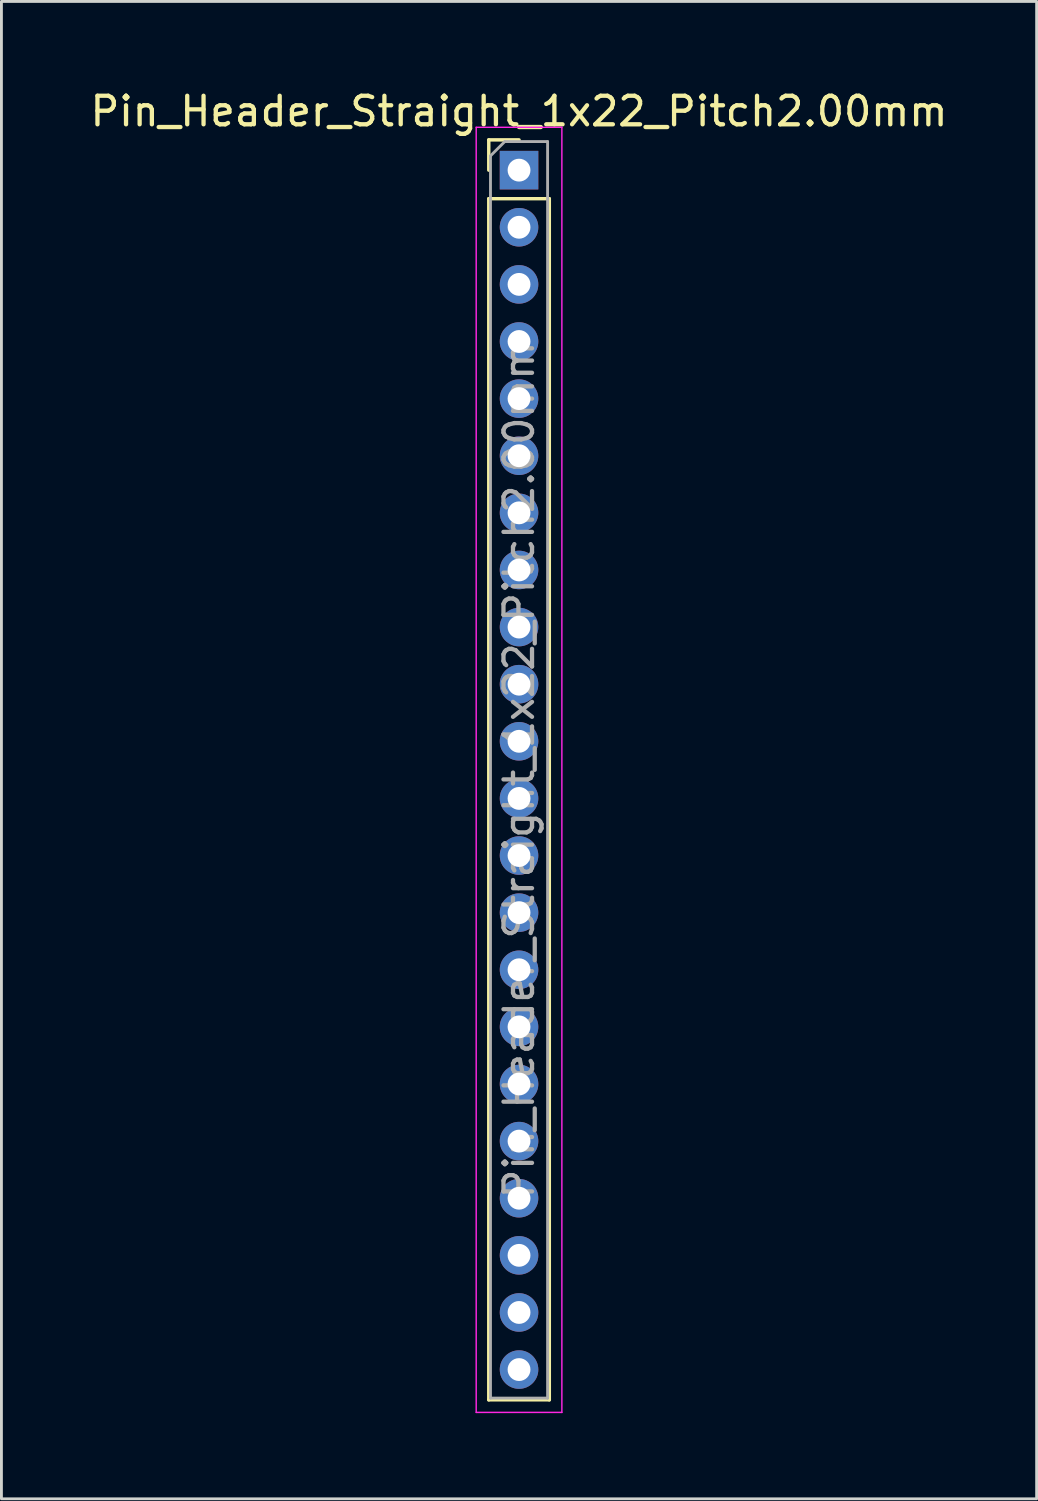
<source format=kicad_pcb>
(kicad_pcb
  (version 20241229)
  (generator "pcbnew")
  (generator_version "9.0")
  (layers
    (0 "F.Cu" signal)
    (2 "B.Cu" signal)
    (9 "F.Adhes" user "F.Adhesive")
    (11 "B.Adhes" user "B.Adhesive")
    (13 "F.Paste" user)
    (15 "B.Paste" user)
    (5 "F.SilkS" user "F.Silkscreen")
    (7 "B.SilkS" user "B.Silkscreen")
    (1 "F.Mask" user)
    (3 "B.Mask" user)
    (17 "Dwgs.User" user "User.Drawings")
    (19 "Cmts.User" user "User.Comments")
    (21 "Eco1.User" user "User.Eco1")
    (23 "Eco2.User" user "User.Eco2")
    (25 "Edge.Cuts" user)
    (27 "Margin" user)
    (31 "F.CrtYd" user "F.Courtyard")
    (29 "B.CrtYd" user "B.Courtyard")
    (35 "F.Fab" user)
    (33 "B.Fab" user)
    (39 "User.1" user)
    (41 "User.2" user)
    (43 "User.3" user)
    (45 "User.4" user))
  (footprint "Pin_Header_Straight_1x22_Pitch2.00mm"
    (layer "F.Cu")
    (at 15.125 2.908)
    (property "Reference" "Pin_Header_Straight_1x22_Pitch2.00mm" (at 0 -2.06 0) (layer "F.SilkS") (effects (font (size 1 1) (thickness 0.15))))
    (attr through_hole)
    (fp_line (start -1.06 -1.06) (end 0 -1.06) (stroke (width 0.12) (type solid)) (layer "F.SilkS"))
    (fp_line (start -1.06 0) (end -1.06 -1.06) (stroke (width 0.12) (type solid)) (layer "F.SilkS"))
    (fp_line (start -1.06 1) (end -1.06 43.06) (stroke (width 0.12) (type solid)) (layer "F.SilkS"))
    (fp_line (start -1.06 1) (end 1.06 1) (stroke (width 0.12) (type solid)) (layer "F.SilkS"))
    (fp_line (start -1.06 43.06) (end 1.06 43.06) (stroke (width 0.12) (type solid)) (layer "F.SilkS"))
    (fp_line (start 1.06 1) (end 1.06 43.06) (stroke (width 0.12) (type solid)) (layer "F.SilkS"))
    (fp_line (start -1.5 -1.5) (end -1.5 43.5) (stroke (width 0.05) (type solid)) (layer "F.CrtYd"))
    (fp_line (start -1.5 43.5) (end 1.5 43.5) (stroke (width 0.05) (type solid)) (layer "F.CrtYd"))
    (fp_line (start 1.5 -1.5) (end -1.5 -1.5) (stroke (width 0.05) (type solid)) (layer "F.CrtYd"))
    (fp_line (start 1.5 43.5) (end 1.5 -1.5) (stroke (width 0.05) (type solid)) (layer "F.CrtYd"))
    (fp_line (start -1 -0.5) (end -0.5 -1) (stroke (width 0.1) (type solid)) (layer "F.Fab"))
    (fp_line (start -1 43) (end -1 -0.5) (stroke (width 0.1) (type solid)) (layer "F.Fab"))
    (fp_line (start -0.5 -1) (end 1 -1) (stroke (width 0.1) (type solid)) (layer "F.Fab"))
    (fp_line (start 1 -1) (end 1 43) (stroke (width 0.1) (type solid)) (layer "F.Fab"))
    (fp_line (start 1 43) (end -1 43) (stroke (width 0.1) (type solid)) (layer "F.Fab"))
    (fp_text user "${REFERENCE}" (at 0 21 90) (layer "F.Fab") (effects (font (size 1 1) (thickness 0.15))))
    (pad "1" thru_hole rect (at 0 0) (size 1.35 1.35) (drill 0.8) (layers "*.Cu" "*.Mask"))
    (pad "2" thru_hole oval (at 0 2) (size 1.35 1.35) (drill 0.8) (layers "*.Cu" "*.Mask"))
    (pad "3" thru_hole oval (at 0 4) (size 1.35 1.35) (drill 0.8) (layers "*.Cu" "*.Mask"))
    (pad "4" thru_hole oval (at 0 6) (size 1.35 1.35) (drill 0.8) (layers "*.Cu" "*.Mask"))
    (pad "5" thru_hole oval (at 0 8) (size 1.35 1.35) (drill 0.8) (layers "*.Cu" "*.Mask"))
    (pad "6" thru_hole oval (at 0 10) (size 1.35 1.35) (drill 0.8) (layers "*.Cu" "*.Mask"))
    (pad "7" thru_hole oval (at 0 12) (size 1.35 1.35) (drill 0.8) (layers "*.Cu" "*.Mask"))
    (pad "8" thru_hole oval (at 0 14) (size 1.35 1.35) (drill 0.8) (layers "*.Cu" "*.Mask"))
    (pad "9" thru_hole oval (at 0 16) (size 1.35 1.35) (drill 0.8) (layers "*.Cu" "*.Mask"))
    (pad "10" thru_hole oval (at 0 18) (size 1.35 1.35) (drill 0.8) (layers "*.Cu" "*.Mask"))
    (pad "11" thru_hole oval (at 0 20) (size 1.35 1.35) (drill 0.8) (layers "*.Cu" "*.Mask"))
    (pad "12" thru_hole oval (at 0 22) (size 1.35 1.35) (drill 0.8) (layers "*.Cu" "*.Mask"))
    (pad "13" thru_hole oval (at 0 24) (size 1.35 1.35) (drill 0.8) (layers "*.Cu" "*.Mask"))
    (pad "14" thru_hole oval (at 0 26) (size 1.35 1.35) (drill 0.8) (layers "*.Cu" "*.Mask"))
    (pad "15" thru_hole oval (at 0 28) (size 1.35 1.35) (drill 0.8) (layers "*.Cu" "*.Mask"))
    (pad "16" thru_hole oval (at 0 30) (size 1.35 1.35) (drill 0.8) (layers "*.Cu" "*.Mask"))
    (pad "17" thru_hole oval (at 0 32) (size 1.35 1.35) (drill 0.8) (layers "*.Cu" "*.Mask"))
    (pad "18" thru_hole oval (at 0 34) (size 1.35 1.35) (drill 0.8) (layers "*.Cu" "*.Mask"))
    (pad "19" thru_hole oval (at 0 36) (size 1.35 1.35) (drill 0.8) (layers "*.Cu" "*.Mask"))
    (pad "20" thru_hole oval (at 0 38) (size 1.35 1.35) (drill 0.8) (layers "*.Cu" "*.Mask"))
    (pad "21" thru_hole oval (at 0 40) (size 1.35 1.35) (drill 0.8) (layers "*.Cu" "*.Mask"))
    (pad "22" thru_hole oval (at 0 42) (size 1.35 1.35) (drill 0.8) (layers "*.Cu" "*.Mask")))
  (gr_rect
    (start -3 -3)
    (end 33.25 49.433)
    (stroke (width 0.1) (type default))
    (fill no)
    (layer "Edge.Cuts")))
</source>
